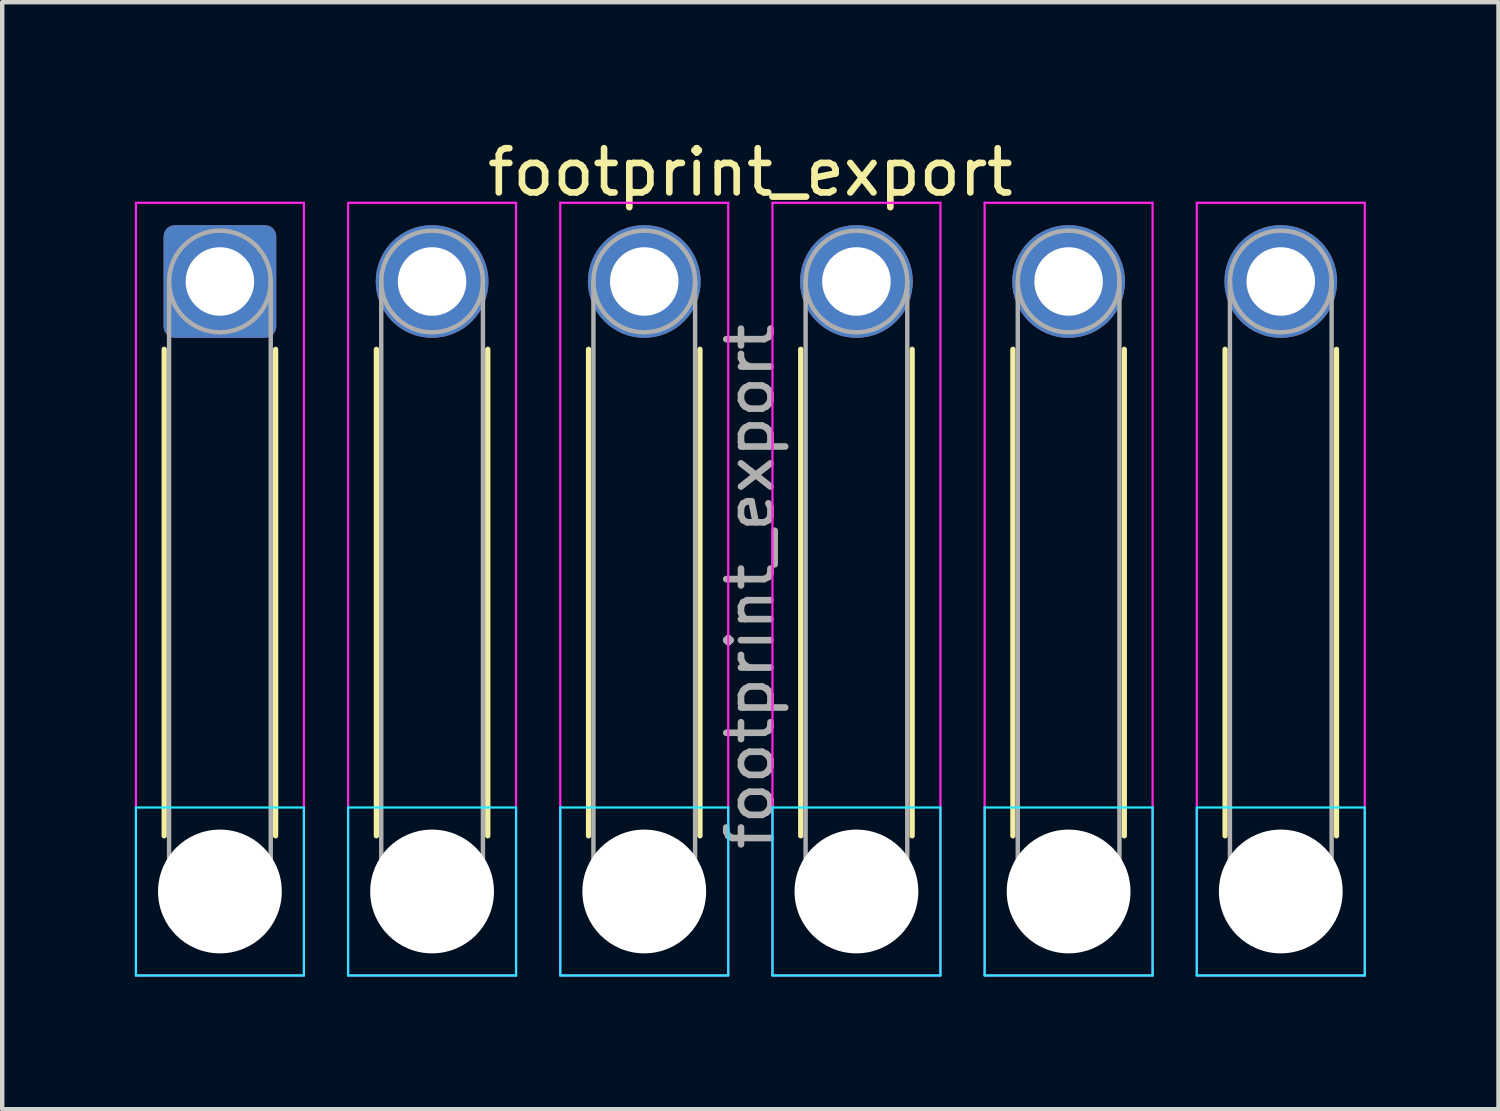
<source format=kicad_pcb>
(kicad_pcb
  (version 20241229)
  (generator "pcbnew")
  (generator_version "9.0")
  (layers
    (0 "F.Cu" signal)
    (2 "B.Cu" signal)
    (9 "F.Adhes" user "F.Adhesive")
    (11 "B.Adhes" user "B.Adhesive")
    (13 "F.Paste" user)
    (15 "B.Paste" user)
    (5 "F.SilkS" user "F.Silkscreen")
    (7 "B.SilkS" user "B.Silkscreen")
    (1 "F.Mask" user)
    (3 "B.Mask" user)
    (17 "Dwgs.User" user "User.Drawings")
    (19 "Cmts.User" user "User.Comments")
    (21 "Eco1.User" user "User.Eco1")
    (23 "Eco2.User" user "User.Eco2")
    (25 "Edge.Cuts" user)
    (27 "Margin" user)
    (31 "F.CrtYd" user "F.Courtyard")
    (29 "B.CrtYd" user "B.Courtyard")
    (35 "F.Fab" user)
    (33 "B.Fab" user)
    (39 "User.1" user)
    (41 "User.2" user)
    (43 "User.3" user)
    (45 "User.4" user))
  (footprint "footprint_export"
    (layer "F.Cu")
    (at 1.925 3.318)
    (property "Reference" "footprint_export" (at 12 -2.47 0) (layer "F.SilkS") (effects (font (size 1 1) (thickness 0.15))))
    (attr exclude_from_pos_files exclude_from_bom)
    (fp_line (start -1.26 1.535) (end -1.26 12.54) (stroke (width 0.12) (type solid)) (layer "F.SilkS"))
    (fp_line (start 1.26 1.535) (end 1.26 12.54) (stroke (width 0.12) (type solid)) (layer "F.SilkS"))
    (fp_line (start 3.54 1.535) (end 3.54 12.54) (stroke (width 0.12) (type solid)) (layer "F.SilkS"))
    (fp_line (start 6.06 1.535) (end 6.06 12.54) (stroke (width 0.12) (type solid)) (layer "F.SilkS"))
    (fp_line (start 8.34 1.535) (end 8.34 12.54) (stroke (width 0.12) (type solid)) (layer "F.SilkS"))
    (fp_line (start 10.86 1.535) (end 10.86 12.54) (stroke (width 0.12) (type solid)) (layer "F.SilkS"))
    (fp_line (start 13.14 1.535) (end 13.14 12.54) (stroke (width 0.12) (type solid)) (layer "F.SilkS"))
    (fp_line (start 15.66 1.535) (end 15.66 12.54) (stroke (width 0.12) (type solid)) (layer "F.SilkS"))
    (fp_line (start 17.94 1.535) (end 17.94 12.54) (stroke (width 0.12) (type solid)) (layer "F.SilkS"))
    (fp_line (start 20.46 1.535) (end 20.46 12.54) (stroke (width 0.12) (type solid)) (layer "F.SilkS"))
    (fp_line (start 22.74 1.535) (end 22.74 12.54) (stroke (width 0.12) (type solid)) (layer "F.SilkS"))
    (fp_line (start 25.26 1.535) (end 25.26 12.54) (stroke (width 0.12) (type solid)) (layer "F.SilkS"))
    (fp_line (start -1.9 11.9) (end -1.9 15.7) (stroke (width 0.05) (type solid)) (layer "B.CrtYd"))
    (fp_line (start -1.9 15.7) (end 1.9 15.7) (stroke (width 0.05) (type solid)) (layer "B.CrtYd"))
    (fp_line (start 1.9 11.9) (end -1.9 11.9) (stroke (width 0.05) (type solid)) (layer "B.CrtYd"))
    (fp_line (start 1.9 15.7) (end 1.9 11.9) (stroke (width 0.05) (type solid)) (layer "B.CrtYd"))
    (fp_line (start 2.9 11.9) (end 2.9 15.7) (stroke (width 0.05) (type solid)) (layer "B.CrtYd"))
    (fp_line (start 2.9 15.7) (end 6.7 15.7) (stroke (width 0.05) (type solid)) (layer "B.CrtYd"))
    (fp_line (start 6.7 11.9) (end 2.9 11.9) (stroke (width 0.05) (type solid)) (layer "B.CrtYd"))
    (fp_line (start 6.7 15.7) (end 6.7 11.9) (stroke (width 0.05) (type solid)) (layer "B.CrtYd"))
    (fp_line (start 7.7 11.9) (end 7.7 15.7) (stroke (width 0.05) (type solid)) (layer "B.CrtYd"))
    (fp_line (start 7.7 15.7) (end 11.5 15.7) (stroke (width 0.05) (type solid)) (layer "B.CrtYd"))
    (fp_line (start 11.5 11.9) (end 7.7 11.9) (stroke (width 0.05) (type solid)) (layer "B.CrtYd"))
    (fp_line (start 11.5 15.7) (end 11.5 11.9) (stroke (width 0.05) (type solid)) (layer "B.CrtYd"))
    (fp_line (start 12.5 11.9) (end 12.5 15.7) (stroke (width 0.05) (type solid)) (layer "B.CrtYd"))
    (fp_line (start 12.5 15.7) (end 16.3 15.7) (stroke (width 0.05) (type solid)) (layer "B.CrtYd"))
    (fp_line (start 16.3 11.9) (end 12.5 11.9) (stroke (width 0.05) (type solid)) (layer "B.CrtYd"))
    (fp_line (start 16.3 15.7) (end 16.3 11.9) (stroke (width 0.05) (type solid)) (layer "B.CrtYd"))
    (fp_line (start 17.3 11.9) (end 17.3 15.7) (stroke (width 0.05) (type solid)) (layer "B.CrtYd"))
    (fp_line (start 17.3 15.7) (end 21.1 15.7) (stroke (width 0.05) (type solid)) (layer "B.CrtYd"))
    (fp_line (start 21.1 11.9) (end 17.3 11.9) (stroke (width 0.05) (type solid)) (layer "B.CrtYd"))
    (fp_line (start 21.1 15.7) (end 21.1 11.9) (stroke (width 0.05) (type solid)) (layer "B.CrtYd"))
    (fp_line (start 22.1 11.9) (end 22.1 15.7) (stroke (width 0.05) (type solid)) (layer "B.CrtYd"))
    (fp_line (start 22.1 15.7) (end 25.9 15.7) (stroke (width 0.05) (type solid)) (layer "B.CrtYd"))
    (fp_line (start 25.9 11.9) (end 22.1 11.9) (stroke (width 0.05) (type solid)) (layer "B.CrtYd"))
    (fp_line (start 25.9 15.7) (end 25.9 11.9) (stroke (width 0.05) (type solid)) (layer "B.CrtYd"))
    (fp_line (start -1.9 -1.78) (end -1.9 15.7) (stroke (width 0.05) (type solid)) (layer "F.CrtYd"))
    (fp_line (start -1.9 15.7) (end 1.9 15.7) (stroke (width 0.05) (type solid)) (layer "F.CrtYd"))
    (fp_line (start 1.9 -1.78) (end -1.9 -1.78) (stroke (width 0.05) (type solid)) (layer "F.CrtYd"))
    (fp_line (start 1.9 15.7) (end 1.9 -1.78) (stroke (width 0.05) (type solid)) (layer "F.CrtYd"))
    (fp_line (start 2.9 -1.78) (end 2.9 15.7) (stroke (width 0.05) (type solid)) (layer "F.CrtYd"))
    (fp_line (start 2.9 15.7) (end 6.7 15.7) (stroke (width 0.05) (type solid)) (layer "F.CrtYd"))
    (fp_line (start 6.7 -1.78) (end 2.9 -1.78) (stroke (width 0.05) (type solid)) (layer "F.CrtYd"))
    (fp_line (start 6.7 15.7) (end 6.7 -1.78) (stroke (width 0.05) (type solid)) (layer "F.CrtYd"))
    (fp_line (start 7.7 -1.78) (end 7.7 15.7) (stroke (width 0.05) (type solid)) (layer "F.CrtYd"))
    (fp_line (start 7.7 15.7) (end 11.5 15.7) (stroke (width 0.05) (type solid)) (layer "F.CrtYd"))
    (fp_line (start 11.5 -1.78) (end 7.7 -1.78) (stroke (width 0.05) (type solid)) (layer "F.CrtYd"))
    (fp_line (start 11.5 15.7) (end 11.5 -1.78) (stroke (width 0.05) (type solid)) (layer "F.CrtYd"))
    (fp_line (start 12.5 -1.78) (end 12.5 15.7) (stroke (width 0.05) (type solid)) (layer "F.CrtYd"))
    (fp_line (start 12.5 15.7) (end 16.3 15.7) (stroke (width 0.05) (type solid)) (layer "F.CrtYd"))
    (fp_line (start 16.3 -1.78) (end 12.5 -1.78) (stroke (width 0.05) (type solid)) (layer "F.CrtYd"))
    (fp_line (start 16.3 15.7) (end 16.3 -1.78) (stroke (width 0.05) (type solid)) (layer "F.CrtYd"))
    (fp_line (start 17.3 -1.78) (end 17.3 15.7) (stroke (width 0.05) (type solid)) (layer "F.CrtYd"))
    (fp_line (start 17.3 15.7) (end 21.1 15.7) (stroke (width 0.05) (type solid)) (layer "F.CrtYd"))
    (fp_line (start 21.1 -1.78) (end 17.3 -1.78) (stroke (width 0.05) (type solid)) (layer "F.CrtYd"))
    (fp_line (start 21.1 15.7) (end 21.1 -1.78) (stroke (width 0.05) (type solid)) (layer "F.CrtYd"))
    (fp_line (start 22.1 -1.78) (end 22.1 15.7) (stroke (width 0.05) (type solid)) (layer "F.CrtYd"))
    (fp_line (start 22.1 15.7) (end 25.9 15.7) (stroke (width 0.05) (type solid)) (layer "F.CrtYd"))
    (fp_line (start 25.9 -1.78) (end 22.1 -1.78) (stroke (width 0.05) (type solid)) (layer "F.CrtYd"))
    (fp_line (start 25.9 15.7) (end 25.9 -1.78) (stroke (width 0.05) (type solid)) (layer "F.CrtYd"))
    (fp_line (start -1.15 0) (end -1.15 13.8) (stroke (width 0.1) (type solid)) (layer "F.Fab"))
    (fp_line (start 1.15 0) (end 1.15 13.8) (stroke (width 0.1) (type solid)) (layer "F.Fab"))
    (fp_line (start 3.65 0) (end 3.65 13.8) (stroke (width 0.1) (type solid)) (layer "F.Fab"))
    (fp_line (start 5.95 0) (end 5.95 13.8) (stroke (width 0.1) (type solid)) (layer "F.Fab"))
    (fp_line (start 8.45 0) (end 8.45 13.8) (stroke (width 0.1) (type solid)) (layer "F.Fab"))
    (fp_line (start 10.75 0) (end 10.75 13.8) (stroke (width 0.1) (type solid)) (layer "F.Fab"))
    (fp_line (start 13.25 0) (end 13.25 13.8) (stroke (width 0.1) (type solid)) (layer "F.Fab"))
    (fp_line (start 15.55 0) (end 15.55 13.8) (stroke (width 0.1) (type solid)) (layer "F.Fab"))
    (fp_line (start 18.05 0) (end 18.05 13.8) (stroke (width 0.1) (type solid)) (layer "F.Fab"))
    (fp_line (start 20.35 0) (end 20.35 13.8) (stroke (width 0.1) (type solid)) (layer "F.Fab"))
    (fp_line (start 22.85 0) (end 22.85 13.8) (stroke (width 0.1) (type solid)) (layer "F.Fab"))
    (fp_line (start 25.15 0) (end 25.15 13.8) (stroke (width 0.1) (type solid)) (layer "F.Fab"))
    (fp_circle (center 0 0) (end 1.15 0) (stroke (width 0.1) (type solid)) (fill no) (layer "F.Fab"))
    (fp_circle (center 0 13.8) (end 1.15 13.8) (stroke (width 0.1) (type solid)) (fill no) (layer "F.Fab"))
    (fp_circle (center 4.8 0) (end 5.95 0) (stroke (width 0.1) (type solid)) (fill no) (layer "F.Fab"))
    (fp_circle (center 4.8 13.8) (end 5.95 13.8) (stroke (width 0.1) (type solid)) (fill no) (layer "F.Fab"))
    (fp_circle (center 9.6 0) (end 10.75 0) (stroke (width 0.1) (type solid)) (fill no) (layer "F.Fab"))
    (fp_circle (center 9.6 13.8) (end 10.75 13.8) (stroke (width 0.1) (type solid)) (fill no) (layer "F.Fab"))
    (fp_circle (center 14.4 0) (end 15.55 0) (stroke (width 0.1) (type solid)) (fill no) (layer "F.Fab"))
    (fp_circle (center 14.4 13.8) (end 15.55 13.8) (stroke (width 0.1) (type solid)) (fill no) (layer "F.Fab"))
    (fp_circle (center 19.2 0) (end 20.35 0) (stroke (width 0.1) (type solid)) (fill no) (layer "F.Fab"))
    (fp_circle (center 19.2 13.8) (end 20.35 13.8) (stroke (width 0.1) (type solid)) (fill no) (layer "F.Fab"))
    (fp_circle (center 24 0) (end 25.15 0) (stroke (width 0.1) (type solid)) (fill no) (layer "F.Fab"))
    (fp_circle (center 24 13.8) (end 25.15 13.8) (stroke (width 0.1) (type solid)) (fill no) (layer "F.Fab"))
    (fp_text user "${REFERENCE}" (at 12 6.9 90) (layer "F.Fab") (effects (font (size 1 1) (thickness 0.15))))
    (pad "" np_thru_hole circle (at 0 13.8) (size 2.8 2.8) (drill 2.8) (layers "*.Cu" "*.Mask"))
    (pad "" np_thru_hole circle (at 4.8 13.8) (size 2.8 2.8) (drill 2.8) (layers "*.Cu" "*.Mask"))
    (pad "" np_thru_hole circle (at 9.6 13.8) (size 2.8 2.8) (drill 2.8) (layers "*.Cu" "*.Mask"))
    (pad "" np_thru_hole circle (at 14.4 13.8) (size 2.8 2.8) (drill 2.8) (layers "*.Cu" "*.Mask"))
    (pad "" np_thru_hole circle (at 19.2 13.8) (size 2.8 2.8) (drill 2.8) (layers "*.Cu" "*.Mask"))
    (pad "" np_thru_hole circle (at 24 13.8) (size 2.8 2.8) (drill 2.8) (layers "*.Cu" "*.Mask"))
    (pad "1" thru_hole roundrect (at 0 0) (size 2.55 2.55) (drill 1.55) (layers "*.Cu" "*.Mask") (roundrect_rratio 0.098))
    (pad "2" thru_hole circle (at 4.8 0) (size 2.55 2.55) (drill 1.55) (layers "*.Cu" "*.Mask"))
    (pad "3" thru_hole circle (at 9.6 0) (size 2.55 2.55) (drill 1.55) (layers "*.Cu" "*.Mask"))
    (pad "4" thru_hole circle (at 14.4 0) (size 2.55 2.55) (drill 1.55) (layers "*.Cu" "*.Mask"))
    (pad "5" thru_hole circle (at 19.2 0) (size 2.55 2.55) (drill 1.55) (layers "*.Cu" "*.Mask"))
    (pad "6" thru_hole circle (at 24 0) (size 2.55 2.55) (drill 1.55) (layers "*.Cu" "*.Mask")))
  (gr_rect
    (start -3 -3)
    (end 30.85 22.043)
    (stroke (width 0.1) (type default))
    (fill no)
    (layer "Edge.Cuts")))
</source>
